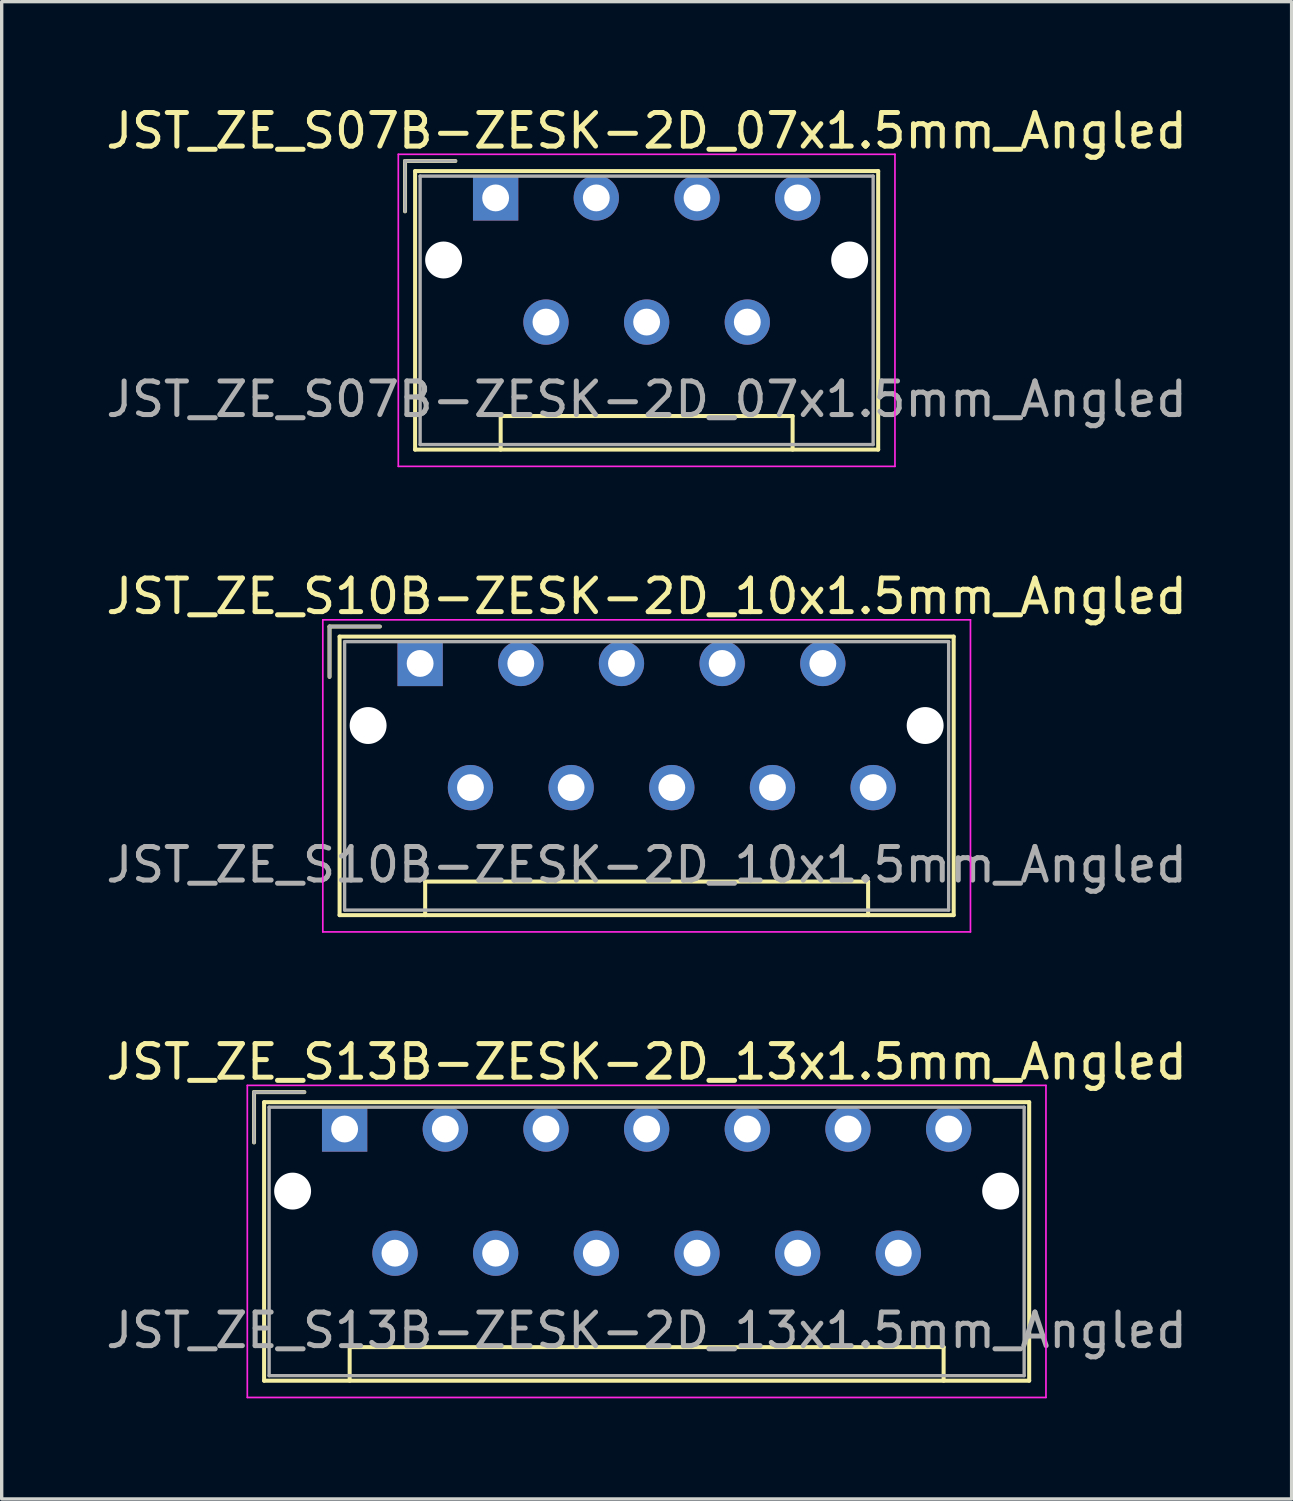
<source format=kicad_pcb>
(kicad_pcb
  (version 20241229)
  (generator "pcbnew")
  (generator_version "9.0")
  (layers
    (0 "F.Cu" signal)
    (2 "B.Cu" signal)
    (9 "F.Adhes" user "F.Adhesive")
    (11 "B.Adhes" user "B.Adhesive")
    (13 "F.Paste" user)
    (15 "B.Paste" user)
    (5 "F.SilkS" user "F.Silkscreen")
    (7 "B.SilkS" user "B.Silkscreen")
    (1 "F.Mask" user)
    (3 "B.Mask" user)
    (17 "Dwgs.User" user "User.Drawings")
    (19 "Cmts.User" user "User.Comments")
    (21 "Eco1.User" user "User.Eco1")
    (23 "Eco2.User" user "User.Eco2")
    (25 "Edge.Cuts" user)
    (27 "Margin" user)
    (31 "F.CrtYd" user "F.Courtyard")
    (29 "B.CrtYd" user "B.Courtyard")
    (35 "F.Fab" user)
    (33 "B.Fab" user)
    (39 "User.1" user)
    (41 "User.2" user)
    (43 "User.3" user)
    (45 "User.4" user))
  (footprint "JST_ZE_S13B-ZESK-2D_13x1.5mm_Angled"
    (layer "F.Cu")
    (at 7.22 30.595)
    (property "Reference" "JST_ZE_S13B-ZESK-2D_13x1.5mm_Angled" (at 9 -2 0) (layer "F.SilkS") (effects (font (size 1 1) (thickness 0.15))))
    (attr through_hole)
    (fp_line (start -2.7 -1.1) (end -1.2 -1.1) (stroke (width 0.12) (type solid)) (layer "F.SilkS"))
    (fp_line (start -2.7 0.4) (end -2.7 -1.1) (stroke (width 0.12) (type solid)) (layer "F.SilkS"))
    (fp_line (start -2.4 -0.8) (end -2.4 7.5) (stroke (width 0.12) (type solid)) (layer "F.SilkS"))
    (fp_line (start -2.4 7.5) (end 20.4 7.5) (stroke (width 0.12) (type solid)) (layer "F.SilkS"))
    (fp_line (start 0.15 6.5) (end 17.85 6.5) (stroke (width 0.12) (type solid)) (layer "F.SilkS"))
    (fp_line (start 0.15 7.5) (end 0.15 6.5) (stroke (width 0.12) (type solid)) (layer "F.SilkS"))
    (fp_line (start 17.85 6.5) (end 17.85 7.5) (stroke (width 0.12) (type solid)) (layer "F.SilkS"))
    (fp_line (start 20.4 -0.8) (end -2.4 -0.8) (stroke (width 0.12) (type solid)) (layer "F.SilkS"))
    (fp_line (start 20.4 7.5) (end 20.4 -0.8) (stroke (width 0.12) (type solid)) (layer "F.SilkS"))
    (fp_line (start -2.9 -1.3) (end -2.9 8) (stroke (width 0.05) (type solid)) (layer "F.CrtYd"))
    (fp_line (start -2.9 8) (end 20.9 8) (stroke (width 0.05) (type solid)) (layer "F.CrtYd"))
    (fp_line (start 20.9 -1.3) (end -2.9 -1.3) (stroke (width 0.05) (type solid)) (layer "F.CrtYd"))
    (fp_line (start 20.9 8) (end 20.9 -1.3) (stroke (width 0.05) (type solid)) (layer "F.CrtYd"))
    (fp_line (start -2.7 -1.1) (end -1.2 -1.1) (stroke (width 0.1) (type solid)) (layer "F.Fab"))
    (fp_line (start -2.7 0.4) (end -2.7 -1.1) (stroke (width 0.1) (type solid)) (layer "F.Fab"))
    (fp_line (start -2.25 -0.65) (end -2.25 7.35) (stroke (width 0.1) (type solid)) (layer "F.Fab"))
    (fp_line (start -2.25 7.35) (end 20.25 7.35) (stroke (width 0.1) (type solid)) (layer "F.Fab"))
    (fp_line (start 20.25 -0.65) (end -2.25 -0.65) (stroke (width 0.1) (type solid)) (layer "F.Fab"))
    (fp_line (start 20.25 7.35) (end 20.25 -0.65) (stroke (width 0.1) (type solid)) (layer "F.Fab"))
    (fp_text user "${REFERENCE}" (at 9 6 0) (layer "F.Fab") (effects (font (size 1 1) (thickness 0.15))))
    (pad "" np_thru_hole circle (at -1.55 1.85) (size 1.1 1.1) (drill 1.1) (layers "*.Cu"))
    (pad "" np_thru_hole circle (at 19.55 1.85) (size 1.1 1.1) (drill 1.1) (layers "*.Cu"))
    (pad "1" thru_hole rect (at 0 0) (size 1.35 1.35) (drill 0.8) (layers "*.Cu" "*.Mask"))
    (pad "2" thru_hole circle (at 1.5 3.7) (size 1.35 1.35) (drill 0.8) (layers "*.Cu" "*.Mask"))
    (pad "3" thru_hole circle (at 3 0) (size 1.35 1.35) (drill 0.8) (layers "*.Cu" "*.Mask"))
    (pad "4" thru_hole circle (at 4.5 3.7) (size 1.35 1.35) (drill 0.8) (layers "*.Cu" "*.Mask"))
    (pad "5" thru_hole circle (at 6 0) (size 1.35 1.35) (drill 0.8) (layers "*.Cu" "*.Mask"))
    (pad "6" thru_hole circle (at 7.5 3.7) (size 1.35 1.35) (drill 0.8) (layers "*.Cu" "*.Mask"))
    (pad "7" thru_hole circle (at 9 0) (size 1.35 1.35) (drill 0.8) (layers "*.Cu" "*.Mask"))
    (pad "8" thru_hole circle (at 10.5 3.7) (size 1.35 1.35) (drill 0.8) (layers "*.Cu" "*.Mask"))
    (pad "9" thru_hole circle (at 12 0) (size 1.35 1.35) (drill 0.8) (layers "*.Cu" "*.Mask"))
    (pad "10" thru_hole circle (at 13.5 3.7) (size 1.35 1.35) (drill 0.8) (layers "*.Cu" "*.Mask"))
    (pad "11" thru_hole circle (at 15 0) (size 1.35 1.35) (drill 0.8) (layers "*.Cu" "*.Mask"))
    (pad "12" thru_hole circle (at 16.5 3.7) (size 1.35 1.35) (drill 0.8) (layers "*.Cu" "*.Mask"))
    (pad "13" thru_hole circle (at 18 0) (size 1.35 1.35) (drill 0.8) (layers "*.Cu" "*.Mask")))
  (footprint "JST_ZE_S10B-ZESK-2D_10x1.5mm_Angled"
    (layer "F.Cu")
    (at 9.47 16.721)
    (property "Reference" "JST_ZE_S10B-ZESK-2D_10x1.5mm_Angled" (at 6.75 -2 0) (layer "F.SilkS") (effects (font (size 1 1) (thickness 0.15))))
    (attr through_hole)
    (fp_line (start -2.7 -1.1) (end -1.2 -1.1) (stroke (width 0.12) (type solid)) (layer "F.SilkS"))
    (fp_line (start -2.7 0.4) (end -2.7 -1.1) (stroke (width 0.12) (type solid)) (layer "F.SilkS"))
    (fp_line (start -2.4 -0.8) (end -2.4 7.5) (stroke (width 0.12) (type solid)) (layer "F.SilkS"))
    (fp_line (start -2.4 7.5) (end 15.9 7.5) (stroke (width 0.12) (type solid)) (layer "F.SilkS"))
    (fp_line (start 0.15 6.5) (end 13.35 6.5) (stroke (width 0.12) (type solid)) (layer "F.SilkS"))
    (fp_line (start 0.15 7.5) (end 0.15 6.5) (stroke (width 0.12) (type solid)) (layer "F.SilkS"))
    (fp_line (start 13.35 6.5) (end 13.35 7.5) (stroke (width 0.12) (type solid)) (layer "F.SilkS"))
    (fp_line (start 15.9 -0.8) (end -2.4 -0.8) (stroke (width 0.12) (type solid)) (layer "F.SilkS"))
    (fp_line (start 15.9 7.5) (end 15.9 -0.8) (stroke (width 0.12) (type solid)) (layer "F.SilkS"))
    (fp_line (start -2.9 -1.3) (end -2.9 8) (stroke (width 0.05) (type solid)) (layer "F.CrtYd"))
    (fp_line (start -2.9 8) (end 16.4 8) (stroke (width 0.05) (type solid)) (layer "F.CrtYd"))
    (fp_line (start 16.4 -1.3) (end -2.9 -1.3) (stroke (width 0.05) (type solid)) (layer "F.CrtYd"))
    (fp_line (start 16.4 8) (end 16.4 -1.3) (stroke (width 0.05) (type solid)) (layer "F.CrtYd"))
    (fp_line (start -2.7 -1.1) (end -1.2 -1.1) (stroke (width 0.1) (type solid)) (layer "F.Fab"))
    (fp_line (start -2.7 0.4) (end -2.7 -1.1) (stroke (width 0.1) (type solid)) (layer "F.Fab"))
    (fp_line (start -2.25 -0.65) (end -2.25 7.35) (stroke (width 0.1) (type solid)) (layer "F.Fab"))
    (fp_line (start -2.25 7.35) (end 15.75 7.35) (stroke (width 0.1) (type solid)) (layer "F.Fab"))
    (fp_line (start 15.75 -0.65) (end -2.25 -0.65) (stroke (width 0.1) (type solid)) (layer "F.Fab"))
    (fp_line (start 15.75 7.35) (end 15.75 -0.65) (stroke (width 0.1) (type solid)) (layer "F.Fab"))
    (fp_text user "${REFERENCE}" (at 6.75 6 0) (layer "F.Fab") (effects (font (size 1 1) (thickness 0.15))))
    (pad "" np_thru_hole circle (at -1.55 1.85) (size 1.1 1.1) (drill 1.1) (layers "*.Cu"))
    (pad "" np_thru_hole circle (at 15.05 1.85) (size 1.1 1.1) (drill 1.1) (layers "*.Cu"))
    (pad "1" thru_hole rect (at 0 0) (size 1.35 1.35) (drill 0.8) (layers "*.Cu" "*.Mask"))
    (pad "2" thru_hole circle (at 1.5 3.7) (size 1.35 1.35) (drill 0.8) (layers "*.Cu" "*.Mask"))
    (pad "3" thru_hole circle (at 3 0) (size 1.35 1.35) (drill 0.8) (layers "*.Cu" "*.Mask"))
    (pad "4" thru_hole circle (at 4.5 3.7) (size 1.35 1.35) (drill 0.8) (layers "*.Cu" "*.Mask"))
    (pad "5" thru_hole circle (at 6 0) (size 1.35 1.35) (drill 0.8) (layers "*.Cu" "*.Mask"))
    (pad "6" thru_hole circle (at 7.5 3.7) (size 1.35 1.35) (drill 0.8) (layers "*.Cu" "*.Mask"))
    (pad "7" thru_hole circle (at 9 0) (size 1.35 1.35) (drill 0.8) (layers "*.Cu" "*.Mask"))
    (pad "8" thru_hole circle (at 10.5 3.7) (size 1.35 1.35) (drill 0.8) (layers "*.Cu" "*.Mask"))
    (pad "9" thru_hole circle (at 12 0) (size 1.35 1.35) (drill 0.8) (layers "*.Cu" "*.Mask"))
    (pad "10" thru_hole circle (at 13.5 3.7) (size 1.35 1.35) (drill 0.8) (layers "*.Cu" "*.Mask")))
  (footprint "JST_ZE_S07B-ZESK-2D_07x1.5mm_Angled"
    (layer "F.Cu")
    (at 11.72 2.848)
    (property "Reference" "JST_ZE_S07B-ZESK-2D_07x1.5mm_Angled" (at 4.5 -2 0) (layer "F.SilkS") (effects (font (size 1 1) (thickness 0.15))))
    (attr through_hole)
    (fp_line (start -2.7 -1.1) (end -1.2 -1.1) (stroke (width 0.12) (type solid)) (layer "F.SilkS"))
    (fp_line (start -2.7 0.4) (end -2.7 -1.1) (stroke (width 0.12) (type solid)) (layer "F.SilkS"))
    (fp_line (start -2.4 -0.8) (end -2.4 7.5) (stroke (width 0.12) (type solid)) (layer "F.SilkS"))
    (fp_line (start -2.4 7.5) (end 11.4 7.5) (stroke (width 0.12) (type solid)) (layer "F.SilkS"))
    (fp_line (start 0.15 6.5) (end 8.85 6.5) (stroke (width 0.12) (type solid)) (layer "F.SilkS"))
    (fp_line (start 0.15 7.5) (end 0.15 6.5) (stroke (width 0.12) (type solid)) (layer "F.SilkS"))
    (fp_line (start 8.85 6.5) (end 8.85 7.5) (stroke (width 0.12) (type solid)) (layer "F.SilkS"))
    (fp_line (start 11.4 -0.8) (end -2.4 -0.8) (stroke (width 0.12) (type solid)) (layer "F.SilkS"))
    (fp_line (start 11.4 7.5) (end 11.4 -0.8) (stroke (width 0.12) (type solid)) (layer "F.SilkS"))
    (fp_line (start -2.9 -1.3) (end -2.9 8) (stroke (width 0.05) (type solid)) (layer "F.CrtYd"))
    (fp_line (start -2.9 8) (end 11.9 8) (stroke (width 0.05) (type solid)) (layer "F.CrtYd"))
    (fp_line (start 11.9 -1.3) (end -2.9 -1.3) (stroke (width 0.05) (type solid)) (layer "F.CrtYd"))
    (fp_line (start 11.9 8) (end 11.9 -1.3) (stroke (width 0.05) (type solid)) (layer "F.CrtYd"))
    (fp_line (start -2.7 -1.1) (end -1.2 -1.1) (stroke (width 0.1) (type solid)) (layer "F.Fab"))
    (fp_line (start -2.7 0.4) (end -2.7 -1.1) (stroke (width 0.1) (type solid)) (layer "F.Fab"))
    (fp_line (start -2.25 -0.65) (end -2.25 7.35) (stroke (width 0.1) (type solid)) (layer "F.Fab"))
    (fp_line (start -2.25 7.35) (end 11.25 7.35) (stroke (width 0.1) (type solid)) (layer "F.Fab"))
    (fp_line (start 11.25 -0.65) (end -2.25 -0.65) (stroke (width 0.1) (type solid)) (layer "F.Fab"))
    (fp_line (start 11.25 7.35) (end 11.25 -0.65) (stroke (width 0.1) (type solid)) (layer "F.Fab"))
    (fp_text user "${REFERENCE}" (at 4.5 6 0) (layer "F.Fab") (effects (font (size 1 1) (thickness 0.15))))
    (pad "" np_thru_hole circle (at -1.55 1.85) (size 1.1 1.1) (drill 1.1) (layers "*.Cu"))
    (pad "" np_thru_hole circle (at 10.55 1.85) (size 1.1 1.1) (drill 1.1) (layers "*.Cu"))
    (pad "1" thru_hole rect (at 0 0) (size 1.35 1.35) (drill 0.8) (layers "*.Cu" "*.Mask"))
    (pad "2" thru_hole circle (at 1.5 3.7) (size 1.35 1.35) (drill 0.8) (layers "*.Cu" "*.Mask"))
    (pad "3" thru_hole circle (at 3 0) (size 1.35 1.35) (drill 0.8) (layers "*.Cu" "*.Mask"))
    (pad "4" thru_hole circle (at 4.5 3.7) (size 1.35 1.35) (drill 0.8) (layers "*.Cu" "*.Mask"))
    (pad "5" thru_hole circle (at 6 0) (size 1.35 1.35) (drill 0.8) (layers "*.Cu" "*.Mask"))
    (pad "6" thru_hole circle (at 7.5 3.7) (size 1.35 1.35) (drill 0.8) (layers "*.Cu" "*.Mask"))
    (pad "7" thru_hole circle (at 9 0) (size 1.35 1.35) (drill 0.8) (layers "*.Cu" "*.Mask")))
  (gr_rect
    (start -3 -3)
    (end 35.44 41.62)
    (stroke (width 0.1) (type default))
    (fill no)
    (layer "Edge.Cuts")))
</source>
